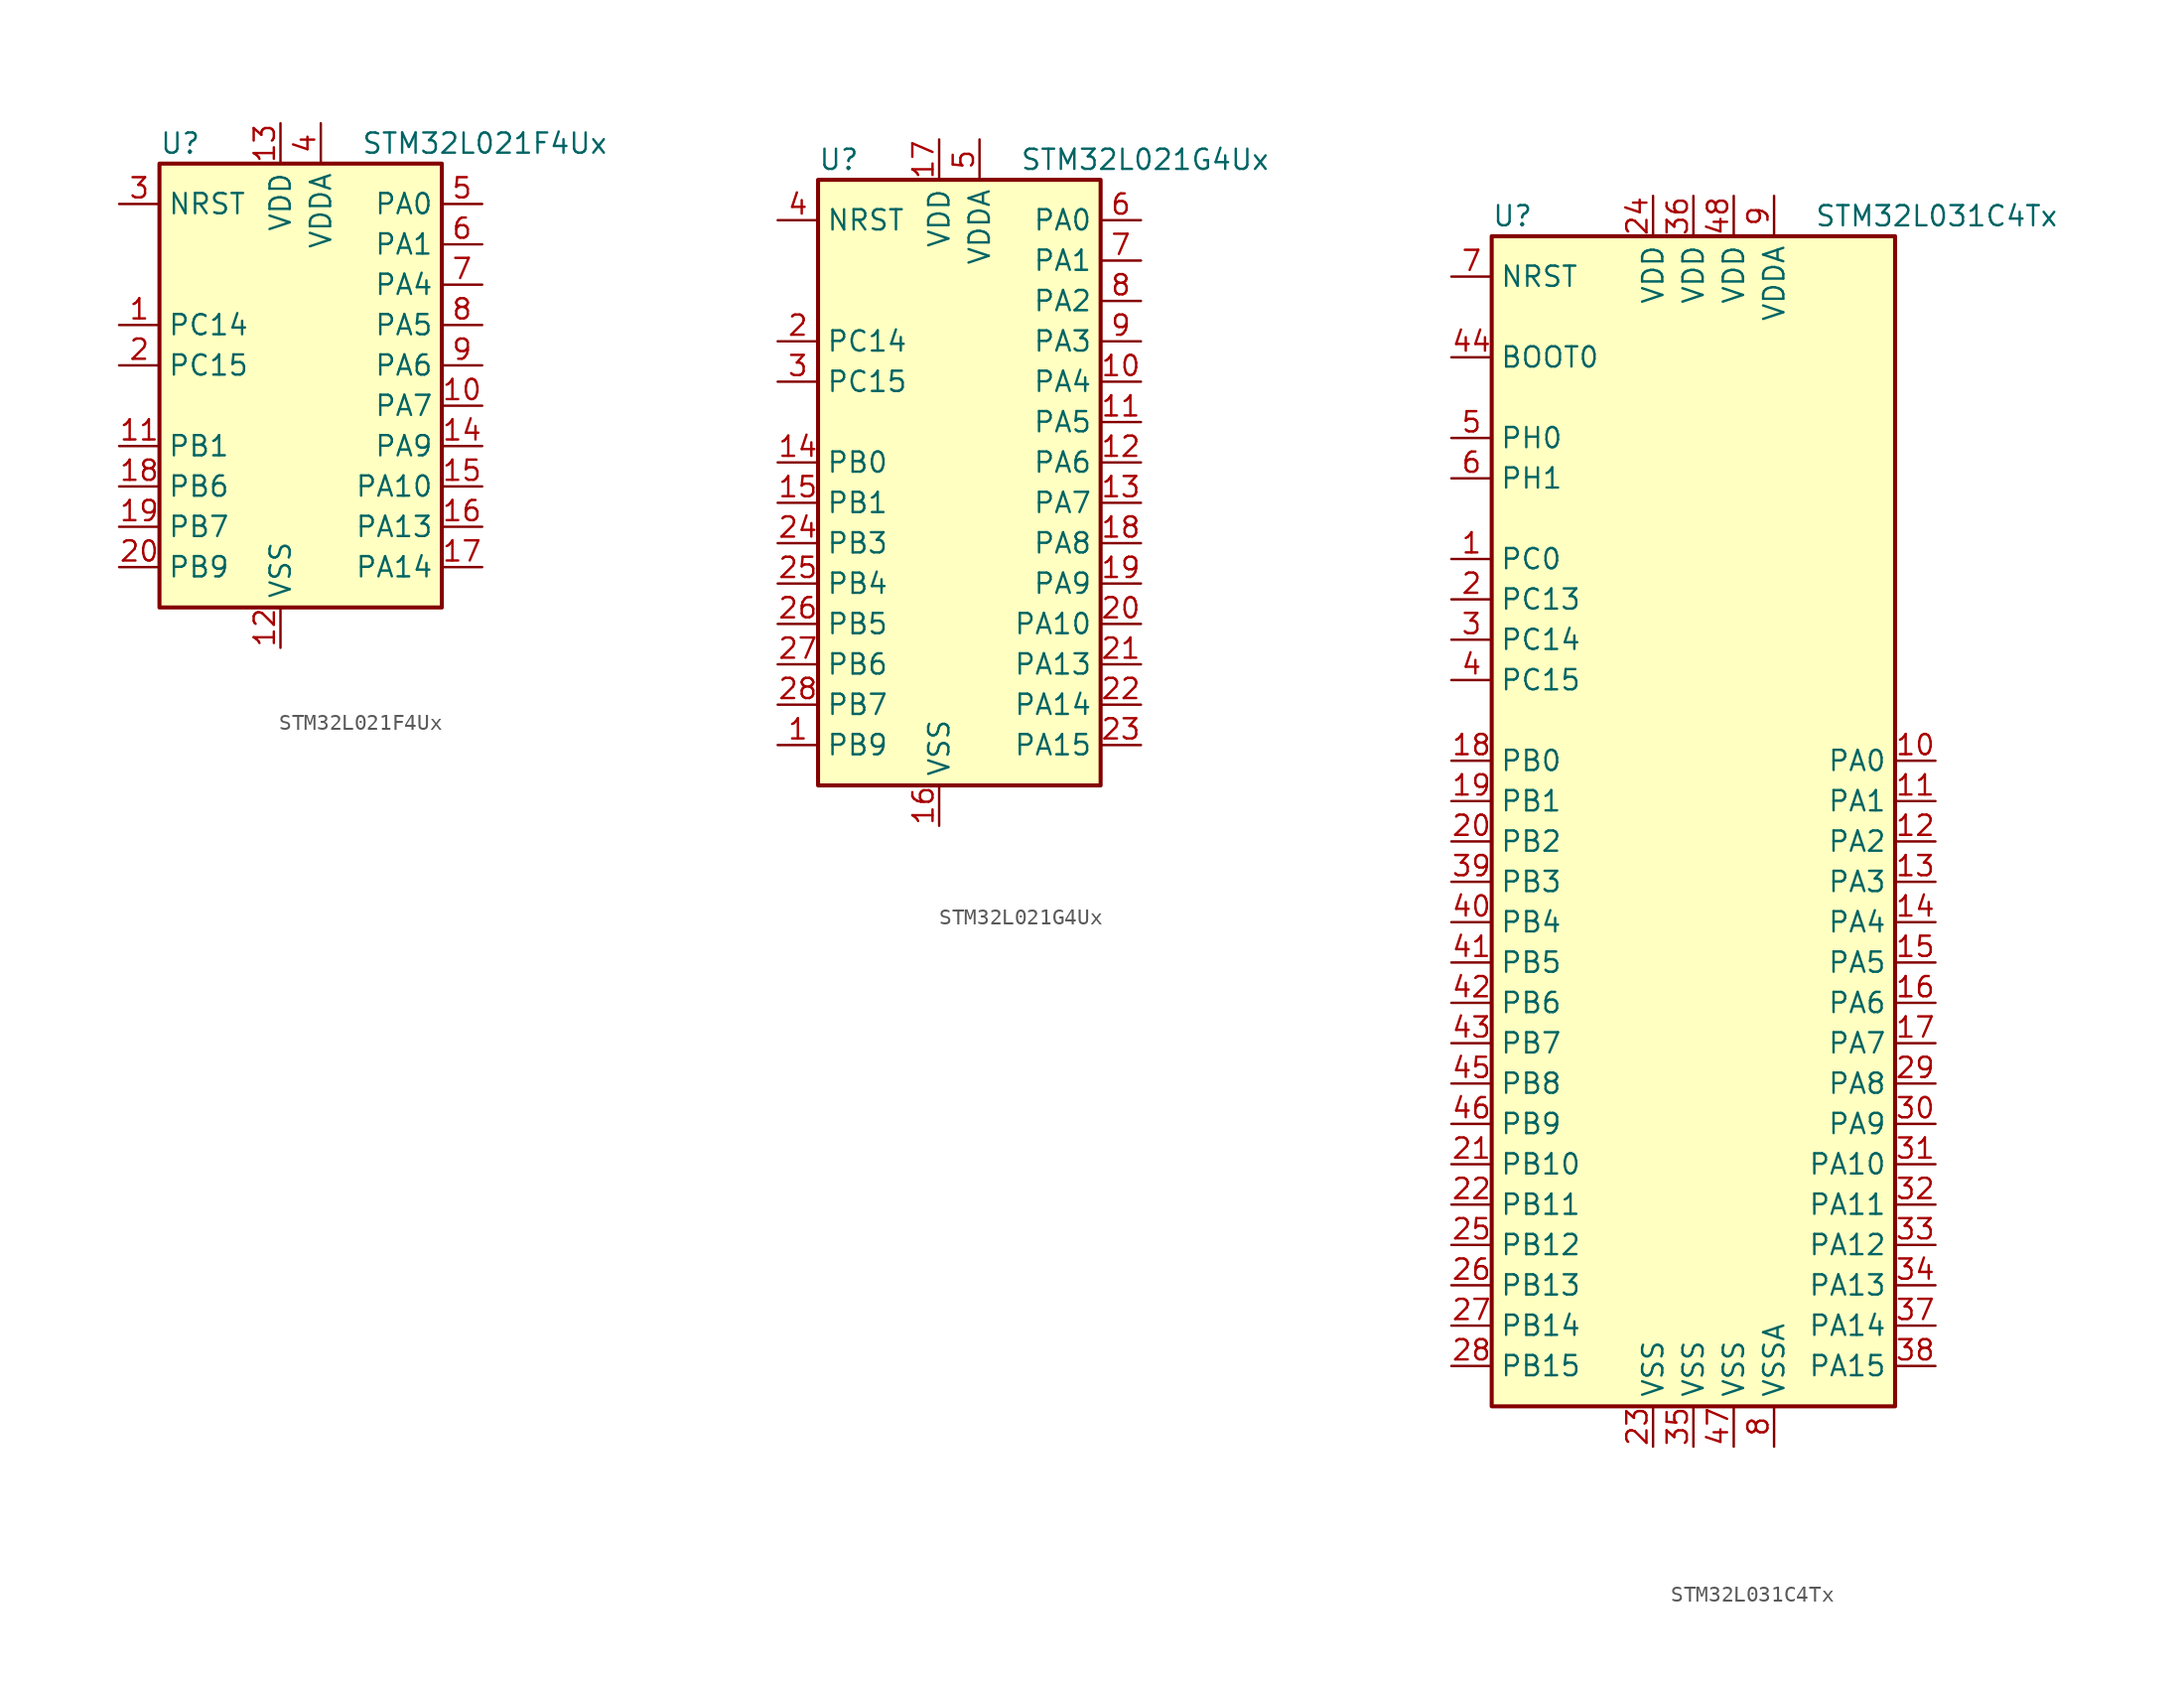
<source format=kicad_sym>
(kicad_symbol_lib
  (version 20201005)
  (generator kicad_symbol_editor)
  (symbol "STM32L021F4Ux"
    (property "Reference" "U"
      (at -10.16 13.97 0)
      (effects (font (size 1.27 1.27)) (justify left)))
    (property "Value" "STM32L021F4Ux"
      (at 2.54 13.97 0)
      (effects (font (size 1.27 1.27)) (justify left)))
    (symbol "STM32L021F4Ux_0_1"
      (rectangle (start -10.16 -15.24) (end 7.62 12.7) (stroke (width 0.254)) (fill (type background))))
    (symbol "STM32L021F4Ux_1_1"
      (pin bidirectional line (at -12.7 2.54 0) (length 2.54) (name "PC14" (effects (font (size 1.27 1.27)))) (number "1" (effects (font (size 1.27 1.27)))))
      (pin bidirectional line (at 10.16 -2.54 180) (length 2.54) (name "PA7" (effects (font (size 1.27 1.27)))) (number "10" (effects (font (size 1.27 1.27)))))
      (pin bidirectional line (at -12.7 -5.08 0) (length 2.54) (name "PB1" (effects (font (size 1.27 1.27)))) (number "11" (effects (font (size 1.27 1.27)))))
      (pin power_in line (at -2.54 -17.78 90) (length 2.54) (name "VSS" (effects (font (size 1.27 1.27)))) (number "12" (effects (font (size 1.27 1.27)))))
      (pin power_in line (at -2.54 15.24 270) (length 2.54) (name "VDD" (effects (font (size 1.27 1.27)))) (number "13" (effects (font (size 1.27 1.27)))))
      (pin bidirectional line (at 10.16 -5.08 180) (length 2.54) (name "PA9" (effects (font (size 1.27 1.27)))) (number "14" (effects (font (size 1.27 1.27)))))
      (pin bidirectional line (at 10.16 -7.62 180) (length 2.54) (name "PA10" (effects (font (size 1.27 1.27)))) (number "15" (effects (font (size 1.27 1.27)))))
      (pin bidirectional line (at 10.16 -10.16 180) (length 2.54) (name "PA13" (effects (font (size 1.27 1.27)))) (number "16" (effects (font (size 1.27 1.27)))))
      (pin bidirectional line (at 10.16 -12.7 180) (length 2.54) (name "PA14" (effects (font (size 1.27 1.27)))) (number "17" (effects (font (size 1.27 1.27)))))
      (pin bidirectional line (at -12.7 -7.62 0) (length 2.54) (name "PB6" (effects (font (size 1.27 1.27)))) (number "18" (effects (font (size 1.27 1.27)))))
      (pin bidirectional line (at -12.7 -10.16 0) (length 2.54) (name "PB7" (effects (font (size 1.27 1.27)))) (number "19" (effects (font (size 1.27 1.27)))))
      (pin bidirectional line (at -12.7 0 0) (length 2.54) (name "PC15" (effects (font (size 1.27 1.27)))) (number "2" (effects (font (size 1.27 1.27)))))
      (pin bidirectional line (at -12.7 -12.7 0) (length 2.54) (name "PB9" (effects (font (size 1.27 1.27)))) (number "20" (effects (font (size 1.27 1.27)))))
      (pin input line (at -12.7 10.16 0) (length 2.54) (name "NRST" (effects (font (size 1.27 1.27)))) (number "3" (effects (font (size 1.27 1.27)))))
      (pin power_in line (at 0 15.24 270) (length 2.54) (name "VDDA" (effects (font (size 1.27 1.27)))) (number "4" (effects (font (size 1.27 1.27)))))
      (pin bidirectional line (at 10.16 10.16 180) (length 2.54) (name "PA0" (effects (font (size 1.27 1.27)))) (number "5" (effects (font (size 1.27 1.27)))))
      (pin bidirectional line (at 10.16 7.62 180) (length 2.54) (name "PA1" (effects (font (size 1.27 1.27)))) (number "6" (effects (font (size 1.27 1.27)))))
      (pin bidirectional line (at 10.16 5.08 180) (length 2.54) (name "PA4" (effects (font (size 1.27 1.27)))) (number "7" (effects (font (size 1.27 1.27)))))
      (pin bidirectional line (at 10.16 2.54 180) (length 2.54) (name "PA5" (effects (font (size 1.27 1.27)))) (number "8" (effects (font (size 1.27 1.27)))))
      (pin bidirectional line (at 10.16 0 180) (length 2.54) (name "PA6" (effects (font (size 1.27 1.27)))) (number "9" (effects (font (size 1.27 1.27)))))))
  (symbol "STM32L021G4Ux"
    (property "Reference" "U"
      (at -10.16 19.05 0)
      (effects (font (size 1.27 1.27)) (justify left)))
    (property "Value" "STM32L021G4Ux"
      (at 2.54 19.05 0)
      (effects (font (size 1.27 1.27)) (justify left)))
    (symbol "STM32L021G4Ux_0_1"
      (rectangle (start -10.16 -20.32) (end 7.62 17.78) (stroke (width 0.254)) (fill (type background))))
    (symbol "STM32L021G4Ux_1_1"
      (pin bidirectional line (at -12.7 -17.78 0) (length 2.54) (name "PB9" (effects (font (size 1.27 1.27)))) (number "1" (effects (font (size 1.27 1.27)))))
      (pin bidirectional line (at 10.16 5.08 180) (length 2.54) (name "PA4" (effects (font (size 1.27 1.27)))) (number "10" (effects (font (size 1.27 1.27)))))
      (pin bidirectional line (at 10.16 2.54 180) (length 2.54) (name "PA5" (effects (font (size 1.27 1.27)))) (number "11" (effects (font (size 1.27 1.27)))))
      (pin bidirectional line (at 10.16 0 180) (length 2.54) (name "PA6" (effects (font (size 1.27 1.27)))) (number "12" (effects (font (size 1.27 1.27)))))
      (pin bidirectional line (at 10.16 -2.54 180) (length 2.54) (name "PA7" (effects (font (size 1.27 1.27)))) (number "13" (effects (font (size 1.27 1.27)))))
      (pin bidirectional line (at -12.7 0 0) (length 2.54) (name "PB0" (effects (font (size 1.27 1.27)))) (number "14" (effects (font (size 1.27 1.27)))))
      (pin bidirectional line (at -12.7 -2.54 0) (length 2.54) (name "PB1" (effects (font (size 1.27 1.27)))) (number "15" (effects (font (size 1.27 1.27)))))
      (pin power_in line (at -2.54 -22.86 90) (length 2.54) (name "VSS" (effects (font (size 1.27 1.27)))) (number "16" (effects (font (size 1.27 1.27)))))
      (pin power_in line (at -2.54 20.32 270) (length 2.54) (name "VDD" (effects (font (size 1.27 1.27)))) (number "17" (effects (font (size 1.27 1.27)))))
      (pin bidirectional line (at 10.16 -5.08 180) (length 2.54) (name "PA8" (effects (font (size 1.27 1.27)))) (number "18" (effects (font (size 1.27 1.27)))))
      (pin bidirectional line (at 10.16 -7.62 180) (length 2.54) (name "PA9" (effects (font (size 1.27 1.27)))) (number "19" (effects (font (size 1.27 1.27)))))
      (pin bidirectional line (at -12.7 7.62 0) (length 2.54) (name "PC14" (effects (font (size 1.27 1.27)))) (number "2" (effects (font (size 1.27 1.27)))))
      (pin bidirectional line (at 10.16 -10.16 180) (length 2.54) (name "PA10" (effects (font (size 1.27 1.27)))) (number "20" (effects (font (size 1.27 1.27)))))
      (pin bidirectional line (at 10.16 -12.7 180) (length 2.54) (name "PA13" (effects (font (size 1.27 1.27)))) (number "21" (effects (font (size 1.27 1.27)))))
      (pin bidirectional line (at 10.16 -15.24 180) (length 2.54) (name "PA14" (effects (font (size 1.27 1.27)))) (number "22" (effects (font (size 1.27 1.27)))))
      (pin bidirectional line (at 10.16 -17.78 180) (length 2.54) (name "PA15" (effects (font (size 1.27 1.27)))) (number "23" (effects (font (size 1.27 1.27)))))
      (pin bidirectional line (at -12.7 -5.08 0) (length 2.54) (name "PB3" (effects (font (size 1.27 1.27)))) (number "24" (effects (font (size 1.27 1.27)))))
      (pin bidirectional line (at -12.7 -7.62 0) (length 2.54) (name "PB4" (effects (font (size 1.27 1.27)))) (number "25" (effects (font (size 1.27 1.27)))))
      (pin bidirectional line (at -12.7 -10.16 0) (length 2.54) (name "PB5" (effects (font (size 1.27 1.27)))) (number "26" (effects (font (size 1.27 1.27)))))
      (pin bidirectional line (at -12.7 -12.7 0) (length 2.54) (name "PB6" (effects (font (size 1.27 1.27)))) (number "27" (effects (font (size 1.27 1.27)))))
      (pin bidirectional line (at -12.7 -15.24 0) (length 2.54) (name "PB7" (effects (font (size 1.27 1.27)))) (number "28" (effects (font (size 1.27 1.27)))))
      (pin bidirectional line (at -12.7 5.08 0) (length 2.54) (name "PC15" (effects (font (size 1.27 1.27)))) (number "3" (effects (font (size 1.27 1.27)))))
      (pin input line (at -12.7 15.24 0) (length 2.54) (name "NRST" (effects (font (size 1.27 1.27)))) (number "4" (effects (font (size 1.27 1.27)))))
      (pin power_in line (at 0 20.32 270) (length 2.54) (name "VDDA" (effects (font (size 1.27 1.27)))) (number "5" (effects (font (size 1.27 1.27)))))
      (pin bidirectional line (at 10.16 15.24 180) (length 2.54) (name "PA0" (effects (font (size 1.27 1.27)))) (number "6" (effects (font (size 1.27 1.27)))))
      (pin bidirectional line (at 10.16 12.7 180) (length 2.54) (name "PA1" (effects (font (size 1.27 1.27)))) (number "7" (effects (font (size 1.27 1.27)))))
      (pin bidirectional line (at 10.16 10.16 180) (length 2.54) (name "PA2" (effects (font (size 1.27 1.27)))) (number "8" (effects (font (size 1.27 1.27)))))
      (pin bidirectional line (at 10.16 7.62 180) (length 2.54) (name "PA3" (effects (font (size 1.27 1.27)))) (number "9" (effects (font (size 1.27 1.27)))))))
  (symbol "STM32L031C4Tx"
    (property "Reference" "U"
      (at -12.7 36.83 0)
      (effects (font (size 1.27 1.27)) (justify left)))
    (property "Value" "STM32L031C4Tx"
      (at 7.62 36.83 0)
      (effects (font (size 1.27 1.27)) (justify left)))
    (symbol "STM32L031C4Tx_0_1"
      (rectangle (start -12.7 -38.1) (end 12.7 35.56) (stroke (width 0.254)) (fill (type background))))
    (symbol "STM32L031C4Tx_1_1"
      (pin bidirectional line (at -15.24 15.24 0) (length 2.54) (name "PC0" (effects (font (size 1.27 1.27)))) (number "1" (effects (font (size 1.27 1.27)))))
      (pin bidirectional line (at 15.24 2.54 180) (length 2.54) (name "PA0" (effects (font (size 1.27 1.27)))) (number "10" (effects (font (size 1.27 1.27)))))
      (pin bidirectional line (at 15.24 0 180) (length 2.54) (name "PA1" (effects (font (size 1.27 1.27)))) (number "11" (effects (font (size 1.27 1.27)))))
      (pin bidirectional line (at 15.24 -2.54 180) (length 2.54) (name "PA2" (effects (font (size 1.27 1.27)))) (number "12" (effects (font (size 1.27 1.27)))))
      (pin bidirectional line (at 15.24 -5.08 180) (length 2.54) (name "PA3" (effects (font (size 1.27 1.27)))) (number "13" (effects (font (size 1.27 1.27)))))
      (pin bidirectional line (at 15.24 -7.62 180) (length 2.54) (name "PA4" (effects (font (size 1.27 1.27)))) (number "14" (effects (font (size 1.27 1.27)))))
      (pin bidirectional line (at 15.24 -10.16 180) (length 2.54) (name "PA5" (effects (font (size 1.27 1.27)))) (number "15" (effects (font (size 1.27 1.27)))))
      (pin bidirectional line (at 15.24 -12.7 180) (length 2.54) (name "PA6" (effects (font (size 1.27 1.27)))) (number "16" (effects (font (size 1.27 1.27)))))
      (pin bidirectional line (at 15.24 -15.24 180) (length 2.54) (name "PA7" (effects (font (size 1.27 1.27)))) (number "17" (effects (font (size 1.27 1.27)))))
      (pin bidirectional line (at -15.24 2.54 0) (length 2.54) (name "PB0" (effects (font (size 1.27 1.27)))) (number "18" (effects (font (size 1.27 1.27)))))
      (pin bidirectional line (at -15.24 0 0) (length 2.54) (name "PB1" (effects (font (size 1.27 1.27)))) (number "19" (effects (font (size 1.27 1.27)))))
      (pin bidirectional line (at -15.24 12.7 0) (length 2.54) (name "PC13" (effects (font (size 1.27 1.27)))) (number "2" (effects (font (size 1.27 1.27)))))
      (pin bidirectional line (at -15.24 -2.54 0) (length 2.54) (name "PB2" (effects (font (size 1.27 1.27)))) (number "20" (effects (font (size 1.27 1.27)))))
      (pin bidirectional line (at -15.24 -22.86 0) (length 2.54) (name "PB10" (effects (font (size 1.27 1.27)))) (number "21" (effects (font (size 1.27 1.27)))))
      (pin bidirectional line (at -15.24 -25.4 0) (length 2.54) (name "PB11" (effects (font (size 1.27 1.27)))) (number "22" (effects (font (size 1.27 1.27)))))
      (pin power_in line (at -2.54 -40.64 90) (length 2.54) (name "VSS" (effects (font (size 1.27 1.27)))) (number "23" (effects (font (size 1.27 1.27)))))
      (pin power_in line (at -2.54 38.1 270) (length 2.54) (name "VDD" (effects (font (size 1.27 1.27)))) (number "24" (effects (font (size 1.27 1.27)))))
      (pin bidirectional line (at -15.24 -27.94 0) (length 2.54) (name "PB12" (effects (font (size 1.27 1.27)))) (number "25" (effects (font (size 1.27 1.27)))))
      (pin bidirectional line (at -15.24 -30.48 0) (length 2.54) (name "PB13" (effects (font (size 1.27 1.27)))) (number "26" (effects (font (size 1.27 1.27)))))
      (pin bidirectional line (at -15.24 -33.02 0) (length 2.54) (name "PB14" (effects (font (size 1.27 1.27)))) (number "27" (effects (font (size 1.27 1.27)))))
      (pin bidirectional line (at -15.24 -35.56 0) (length 2.54) (name "PB15" (effects (font (size 1.27 1.27)))) (number "28" (effects (font (size 1.27 1.27)))))
      (pin bidirectional line (at 15.24 -17.78 180) (length 2.54) (name "PA8" (effects (font (size 1.27 1.27)))) (number "29" (effects (font (size 1.27 1.27)))))
      (pin bidirectional line (at -15.24 10.16 0) (length 2.54) (name "PC14" (effects (font (size 1.27 1.27)))) (number "3" (effects (font (size 1.27 1.27)))))
      (pin bidirectional line (at 15.24 -20.32 180) (length 2.54) (name "PA9" (effects (font (size 1.27 1.27)))) (number "30" (effects (font (size 1.27 1.27)))))
      (pin bidirectional line (at 15.24 -22.86 180) (length 2.54) (name "PA10" (effects (font (size 1.27 1.27)))) (number "31" (effects (font (size 1.27 1.27)))))
      (pin bidirectional line (at 15.24 -25.4 180) (length 2.54) (name "PA11" (effects (font (size 1.27 1.27)))) (number "32" (effects (font (size 1.27 1.27)))))
      (pin bidirectional line (at 15.24 -27.94 180) (length 2.54) (name "PA12" (effects (font (size 1.27 1.27)))) (number "33" (effects (font (size 1.27 1.27)))))
      (pin bidirectional line (at 15.24 -30.48 180) (length 2.54) (name "PA13" (effects (font (size 1.27 1.27)))) (number "34" (effects (font (size 1.27 1.27)))))
      (pin power_in line (at 0 -40.64 90) (length 2.54) (name "VSS" (effects (font (size 1.27 1.27)))) (number "35" (effects (font (size 1.27 1.27)))))
      (pin power_in line (at 0 38.1 270) (length 2.54) (name "VDD" (effects (font (size 1.27 1.27)))) (number "36" (effects (font (size 1.27 1.27)))))
      (pin bidirectional line (at 15.24 -33.02 180) (length 2.54) (name "PA14" (effects (font (size 1.27 1.27)))) (number "37" (effects (font (size 1.27 1.27)))))
      (pin bidirectional line (at 15.24 -35.56 180) (length 2.54) (name "PA15" (effects (font (size 1.27 1.27)))) (number "38" (effects (font (size 1.27 1.27)))))
      (pin bidirectional line (at -15.24 -5.08 0) (length 2.54) (name "PB3" (effects (font (size 1.27 1.27)))) (number "39" (effects (font (size 1.27 1.27)))))
      (pin bidirectional line (at -15.24 7.62 0) (length 2.54) (name "PC15" (effects (font (size 1.27 1.27)))) (number "4" (effects (font (size 1.27 1.27)))))
      (pin bidirectional line (at -15.24 -7.62 0) (length 2.54) (name "PB4" (effects (font (size 1.27 1.27)))) (number "40" (effects (font (size 1.27 1.27)))))
      (pin bidirectional line (at -15.24 -10.16 0) (length 2.54) (name "PB5" (effects (font (size 1.27 1.27)))) (number "41" (effects (font (size 1.27 1.27)))))
      (pin bidirectional line (at -15.24 -12.7 0) (length 2.54) (name "PB6" (effects (font (size 1.27 1.27)))) (number "42" (effects (font (size 1.27 1.27)))))
      (pin bidirectional line (at -15.24 -15.24 0) (length 2.54) (name "PB7" (effects (font (size 1.27 1.27)))) (number "43" (effects (font (size 1.27 1.27)))))
      (pin input line (at -15.24 27.94 0) (length 2.54) (name "BOOT0" (effects (font (size 1.27 1.27)))) (number "44" (effects (font (size 1.27 1.27)))))
      (pin bidirectional line (at -15.24 -17.78 0) (length 2.54) (name "PB8" (effects (font (size 1.27 1.27)))) (number "45" (effects (font (size 1.27 1.27)))))
      (pin bidirectional line (at -15.24 -20.32 0) (length 2.54) (name "PB9" (effects (font (size 1.27 1.27)))) (number "46" (effects (font (size 1.27 1.27)))))
      (pin power_in line (at 2.54 -40.64 90) (length 2.54) (name "VSS" (effects (font (size 1.27 1.27)))) (number "47" (effects (font (size 1.27 1.27)))))
      (pin power_in line (at 2.54 38.1 270) (length 2.54) (name "VDD" (effects (font (size 1.27 1.27)))) (number "48" (effects (font (size 1.27 1.27)))))
      (pin input line (at -15.24 22.86 0) (length 2.54) (name "PH0" (effects (font (size 1.27 1.27)))) (number "5" (effects (font (size 1.27 1.27)))))
      (pin input line (at -15.24 20.32 0) (length 2.54) (name "PH1" (effects (font (size 1.27 1.27)))) (number "6" (effects (font (size 1.27 1.27)))))
      (pin input line (at -15.24 33.02 0) (length 2.54) (name "NRST" (effects (font (size 1.27 1.27)))) (number "7" (effects (font (size 1.27 1.27)))))
      (pin power_in line (at 5.08 -40.64 90) (length 2.54) (name "VSSA" (effects (font (size 1.27 1.27)))) (number "8" (effects (font (size 1.27 1.27)))))
      (pin power_in line (at 5.08 38.1 270) (length 2.54) (name "VDDA" (effects (font (size 1.27 1.27)))) (number "9" (effects (font (size 1.27 1.27))))))))
</source>
